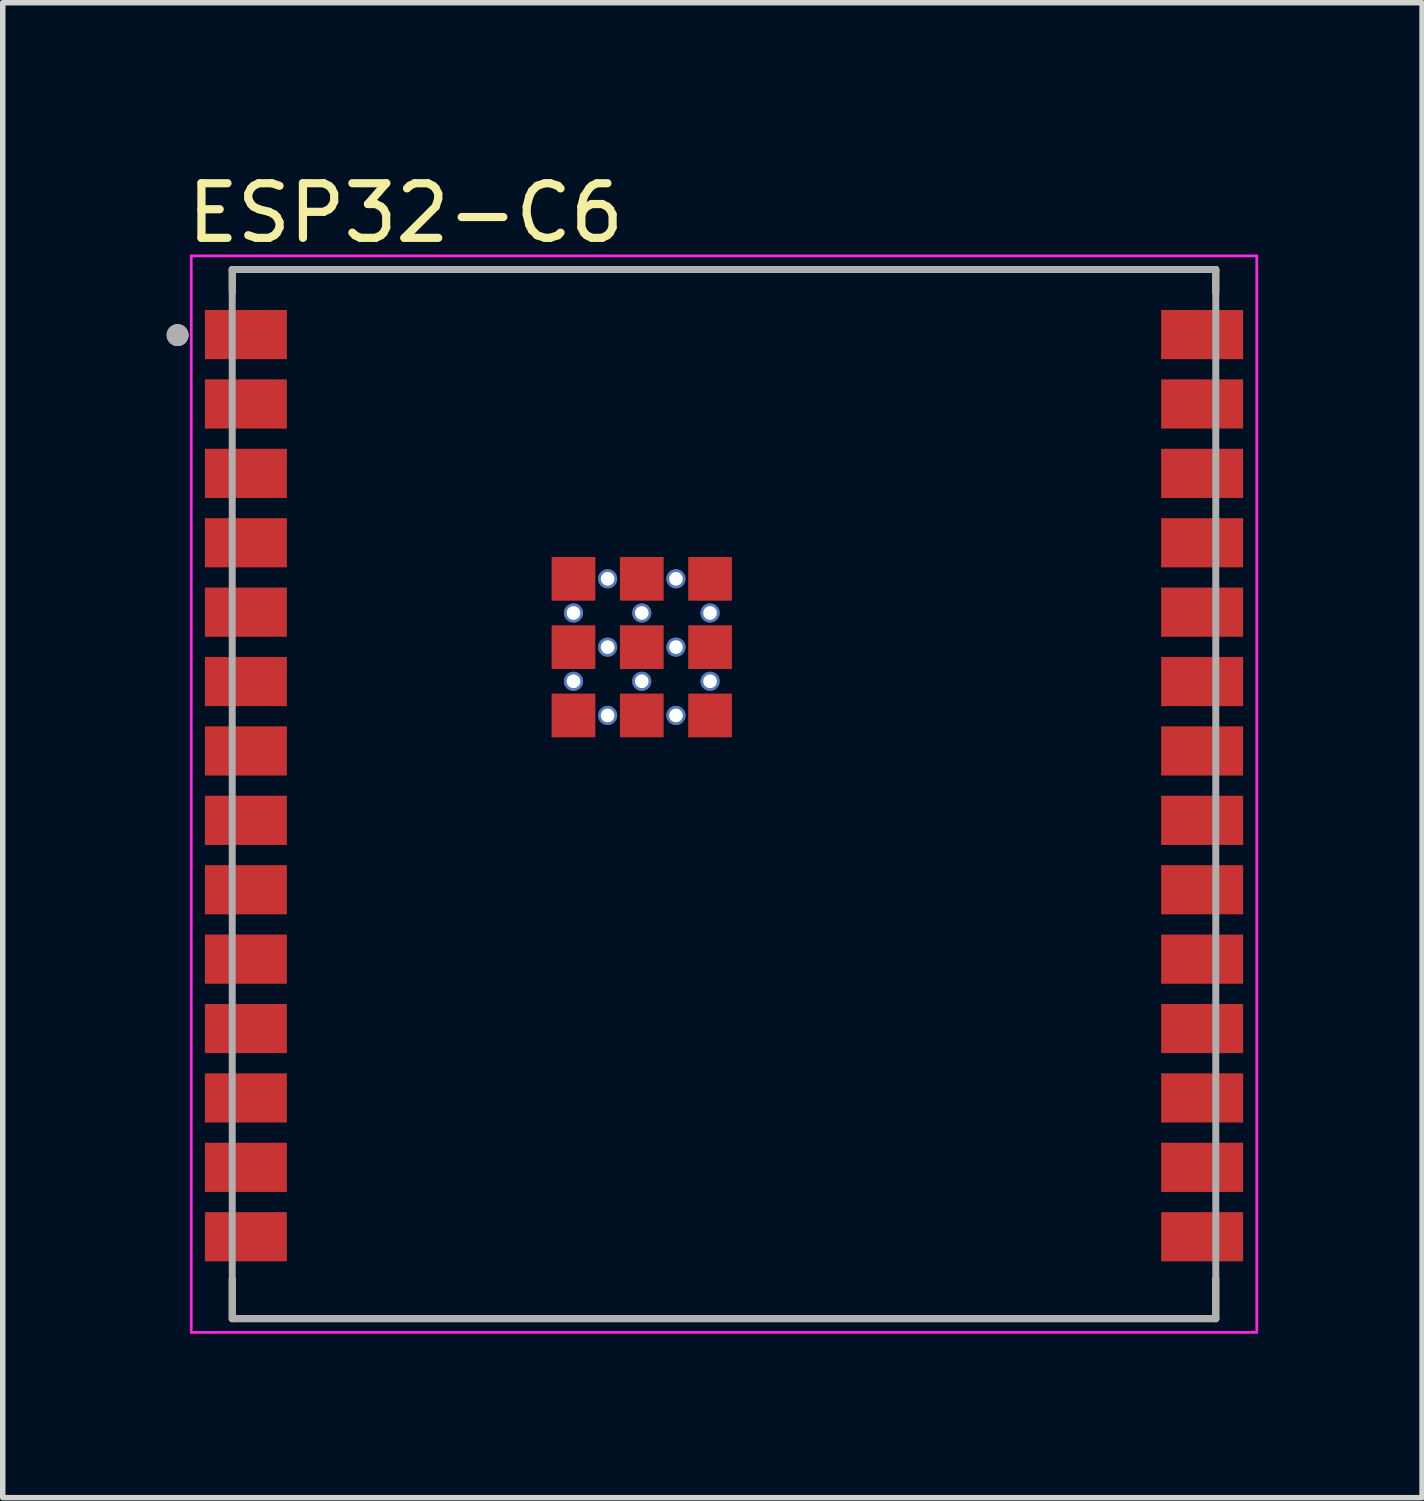
<source format=kicad_pcb>
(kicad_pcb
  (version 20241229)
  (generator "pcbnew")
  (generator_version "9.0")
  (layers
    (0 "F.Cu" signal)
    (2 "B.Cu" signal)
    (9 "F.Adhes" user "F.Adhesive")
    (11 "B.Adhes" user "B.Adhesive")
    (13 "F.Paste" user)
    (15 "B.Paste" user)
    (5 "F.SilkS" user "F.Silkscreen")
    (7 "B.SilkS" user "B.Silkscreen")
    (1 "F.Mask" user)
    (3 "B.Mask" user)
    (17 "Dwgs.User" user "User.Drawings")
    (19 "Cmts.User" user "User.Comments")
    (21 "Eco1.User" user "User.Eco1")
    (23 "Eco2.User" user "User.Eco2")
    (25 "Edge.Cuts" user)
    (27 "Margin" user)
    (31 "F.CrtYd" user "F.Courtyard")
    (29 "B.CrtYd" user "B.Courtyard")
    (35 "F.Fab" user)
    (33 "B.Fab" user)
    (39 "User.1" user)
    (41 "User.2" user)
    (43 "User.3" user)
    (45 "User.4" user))
  (footprint "ESP32-C6"
    (layer "F.Cu")
    (at 10.2 11.483)
    (property "Reference" "ESP32-C6" (at -5.825 -10.635 0) (layer "F.SilkS") (effects (font (size 1 1) (thickness 0.15))))
    (attr smd)
    (fp_line (start -9 -9.6) (end 9 -9.6) (stroke (width 0.127) (type solid)) (layer "F.SilkS"))
    (fp_line (start -9 -9.18) (end -9 -9.6) (stroke (width 0.127) (type solid)) (layer "F.SilkS"))
    (fp_line (start -9 9.6) (end -9 8.87) (stroke (width 0.127) (type solid)) (layer "F.SilkS"))
    (fp_line (start -9 9.6) (end 9 9.6) (stroke (width 0.127) (type solid)) (layer "F.SilkS"))
    (fp_line (start 9 -9.6) (end 9 -9.18) (stroke (width 0.127) (type solid)) (layer "F.SilkS"))
    (fp_line (start 9 8.87) (end 9 9.6) (stroke (width 0.127) (type solid)) (layer "F.SilkS"))
    (fp_circle (center -10 -8.4) (end -9.9 -8.4) (stroke (width 0.2) (type solid)) (fill no) (layer "F.SilkS"))
    (fp_line (start -9.75 -9.85) (end -9.75 9.85) (stroke (width 0.05) (type solid)) (layer "F.CrtYd"))
    (fp_line (start -9.75 9.85) (end 9.75 9.85) (stroke (width 0.05) (type solid)) (layer "F.CrtYd"))
    (fp_line (start 9.75 -9.85) (end -9.75 -9.85) (stroke (width 0.05) (type solid)) (layer "F.CrtYd"))
    (fp_line (start 9.75 9.85) (end 9.75 -9.85) (stroke (width 0.05) (type solid)) (layer "F.CrtYd"))
    (fp_line (start -9 -9.6) (end 9 -9.6) (stroke (width 0.127) (type solid)) (layer "F.Fab"))
    (fp_line (start -9 9.6) (end -9 -9.6) (stroke (width 0.127) (type solid)) (layer "F.Fab"))
    (fp_line (start -9 9.6) (end 9 9.6) (stroke (width 0.127) (type solid)) (layer "F.Fab"))
    (fp_line (start 9 -9.6) (end 9 9.6) (stroke (width 0.127) (type solid)) (layer "F.Fab"))
    (fp_circle (center -10 -8.4) (end -9.9 -8.4) (stroke (width 0.2) (type solid)) (fill no) (layer "F.Fab"))
    (pad "1" smd rect (at -8.75 -8.41) (size 1.5 0.9) (layers "F.Cu" "F.Mask" "F.Paste"))
    (pad "2" smd rect (at -8.75 -7.14) (size 1.5 0.9) (layers "F.Cu" "F.Mask" "F.Paste"))
    (pad "3" smd rect (at -8.75 -5.87) (size 1.5 0.9) (layers "F.Cu" "F.Mask" "F.Paste"))
    (pad "4" smd rect (at -8.75 -4.6) (size 1.5 0.9) (layers "F.Cu" "F.Mask" "F.Paste"))
    (pad "5" smd rect (at -8.75 -3.33) (size 1.5 0.9) (layers "F.Cu" "F.Mask" "F.Paste"))
    (pad "6" smd rect (at -8.75 -2.06) (size 1.5 0.9) (layers "F.Cu" "F.Mask" "F.Paste"))
    (pad "7" smd rect (at -8.75 -0.79) (size 1.5 0.9) (layers "F.Cu" "F.Mask" "F.Paste"))
    (pad "8" smd rect (at -8.75 0.48) (size 1.5 0.9) (layers "F.Cu" "F.Mask" "F.Paste"))
    (pad "9" smd rect (at -8.75 1.75) (size 1.5 0.9) (layers "F.Cu" "F.Mask" "F.Paste"))
    (pad "10" smd rect (at -8.75 3.02) (size 1.5 0.9) (layers "F.Cu" "F.Mask" "F.Paste"))
    (pad "11" smd rect (at -8.75 4.29) (size 1.5 0.9) (layers "F.Cu" "F.Mask" "F.Paste"))
    (pad "12" smd rect (at -8.75 5.56) (size 1.5 0.9) (layers "F.Cu" "F.Mask" "F.Paste"))
    (pad "13" smd rect (at -8.75 6.83) (size 1.5 0.9) (layers "F.Cu" "F.Mask" "F.Paste"))
    (pad "14" smd rect (at -8.75 8.1) (size 1.5 0.9) (layers "F.Cu" "F.Mask" "F.Paste"))
    (pad "15" smd rect (at 8.75 8.1) (size 1.5 0.9) (layers "F.Cu" "F.Mask" "F.Paste"))
    (pad "16" smd rect (at 8.75 6.83) (size 1.5 0.9) (layers "F.Cu" "F.Mask" "F.Paste"))
    (pad "17" smd rect (at 8.75 5.56) (size 1.5 0.9) (layers "F.Cu" "F.Mask" "F.Paste"))
    (pad "18" smd rect (at 8.75 4.29) (size 1.5 0.9) (layers "F.Cu" "F.Mask" "F.Paste"))
    (pad "19" smd rect (at 8.75 3.02) (size 1.5 0.9) (layers "F.Cu" "F.Mask" "F.Paste"))
    (pad "20" smd rect (at 8.75 1.75) (size 1.5 0.9) (layers "F.Cu" "F.Mask" "F.Paste"))
    (pad "21" smd rect (at 8.75 0.48) (size 1.5 0.9) (layers "F.Cu" "F.Mask" "F.Paste"))
    (pad "22" smd rect (at 8.75 -0.79) (size 1.5 0.9) (layers "F.Cu" "F.Mask" "F.Paste"))
    (pad "23" smd rect (at 8.75 -2.06) (size 1.5 0.9) (layers "F.Cu" "F.Mask" "F.Paste"))
    (pad "24" smd rect (at 8.75 -3.33) (size 1.5 0.9) (layers "F.Cu" "F.Mask" "F.Paste"))
    (pad "25" smd rect (at 8.75 -4.6) (size 1.5 0.9) (layers "F.Cu" "F.Mask" "F.Paste"))
    (pad "26" smd rect (at 8.75 -5.87) (size 1.5 0.9) (layers "F.Cu" "F.Mask" "F.Paste"))
    (pad "27" smd rect (at 8.75 -7.14) (size 1.5 0.9) (layers "F.Cu" "F.Mask" "F.Paste"))
    (pad "28" smd rect (at 8.75 -8.41) (size 1.5 0.9) (layers "F.Cu" "F.Mask" "F.Paste"))
    (pad "29_1" smd rect (at -2.755 -3.94) (size 0.8 0.8) (layers "F.Cu" "F.Mask" "F.Paste"))
    (pad "29_2" smd rect (at -1.505 -3.94) (size 0.8 0.8) (layers "F.Cu" "F.Mask" "F.Paste"))
    (pad "29_3" smd rect (at -0.255 -3.94) (size 0.8 0.8) (layers "F.Cu" "F.Mask" "F.Paste"))
    (pad "29_4" smd rect (at -2.755 -2.69) (size 0.8 0.8) (layers "F.Cu" "F.Mask" "F.Paste"))
    (pad "29_5" smd rect (at -1.505 -2.69) (size 0.8 0.8) (layers "F.Cu" "F.Mask" "F.Paste"))
    (pad "29_6" smd rect (at -0.255 -2.69) (size 0.8 0.8) (layers "F.Cu" "F.Mask" "F.Paste"))
    (pad "29_7" smd rect (at -2.755 -1.44) (size 0.8 0.8) (layers "F.Cu" "F.Mask" "F.Paste"))
    (pad "29_8" smd rect (at -1.505 -1.44) (size 0.8 0.8) (layers "F.Cu" "F.Mask" "F.Paste"))
    (pad "29_9" smd rect (at -0.255 -1.44) (size 0.8 0.8) (layers "F.Cu" "F.Mask" "F.Paste"))
    (pad "30_1" thru_hole circle (at -2.13 -3.94) (size 0.35 0.35) (drill 0.25) (layers "*.Cu"))
    (pad "30_2" thru_hole circle (at -0.88 -3.94) (size 0.35 0.35) (drill 0.25) (layers "*.Cu"))
    (pad "30_3" thru_hole circle (at -2.755 -3.315) (size 0.35 0.35) (drill 0.25) (layers "*.Cu"))
    (pad "30_4" thru_hole circle (at -1.505 -3.315) (size 0.35 0.35) (drill 0.25) (layers "*.Cu"))
    (pad "30_5" thru_hole circle (at -0.255 -3.315) (size 0.35 0.35) (drill 0.25) (layers "*.Cu"))
    (pad "30_6" thru_hole circle (at -2.13 -2.69) (size 0.35 0.35) (drill 0.25) (layers "*.Cu"))
    (pad "30_7" thru_hole circle (at -0.88 -2.69) (size 0.35 0.35) (drill 0.25) (layers "*.Cu"))
    (pad "30_8" thru_hole circle (at -2.755 -2.065) (size 0.35 0.35) (drill 0.25) (layers "*.Cu"))
    (pad "30_9" thru_hole circle (at -1.505 -2.065) (size 0.35 0.35) (drill 0.25) (layers "*.Cu"))
    (pad "30_10" thru_hole circle (at -0.255 -2.065) (size 0.35 0.35) (drill 0.25) (layers "*.Cu"))
    (pad "30_11" thru_hole circle (at -2.13 -1.44) (size 0.35 0.35) (drill 0.25) (layers "*.Cu"))
    (pad "30_12" thru_hole circle (at -0.88 -1.44) (size 0.35 0.35) (drill 0.25) (layers "*.Cu")))
  (gr_rect
    (start -3 -3)
    (end 22.975 24.358)
    (stroke (width 0.1) (type default))
    (fill no)
    (layer "Edge.Cuts")))
</source>
